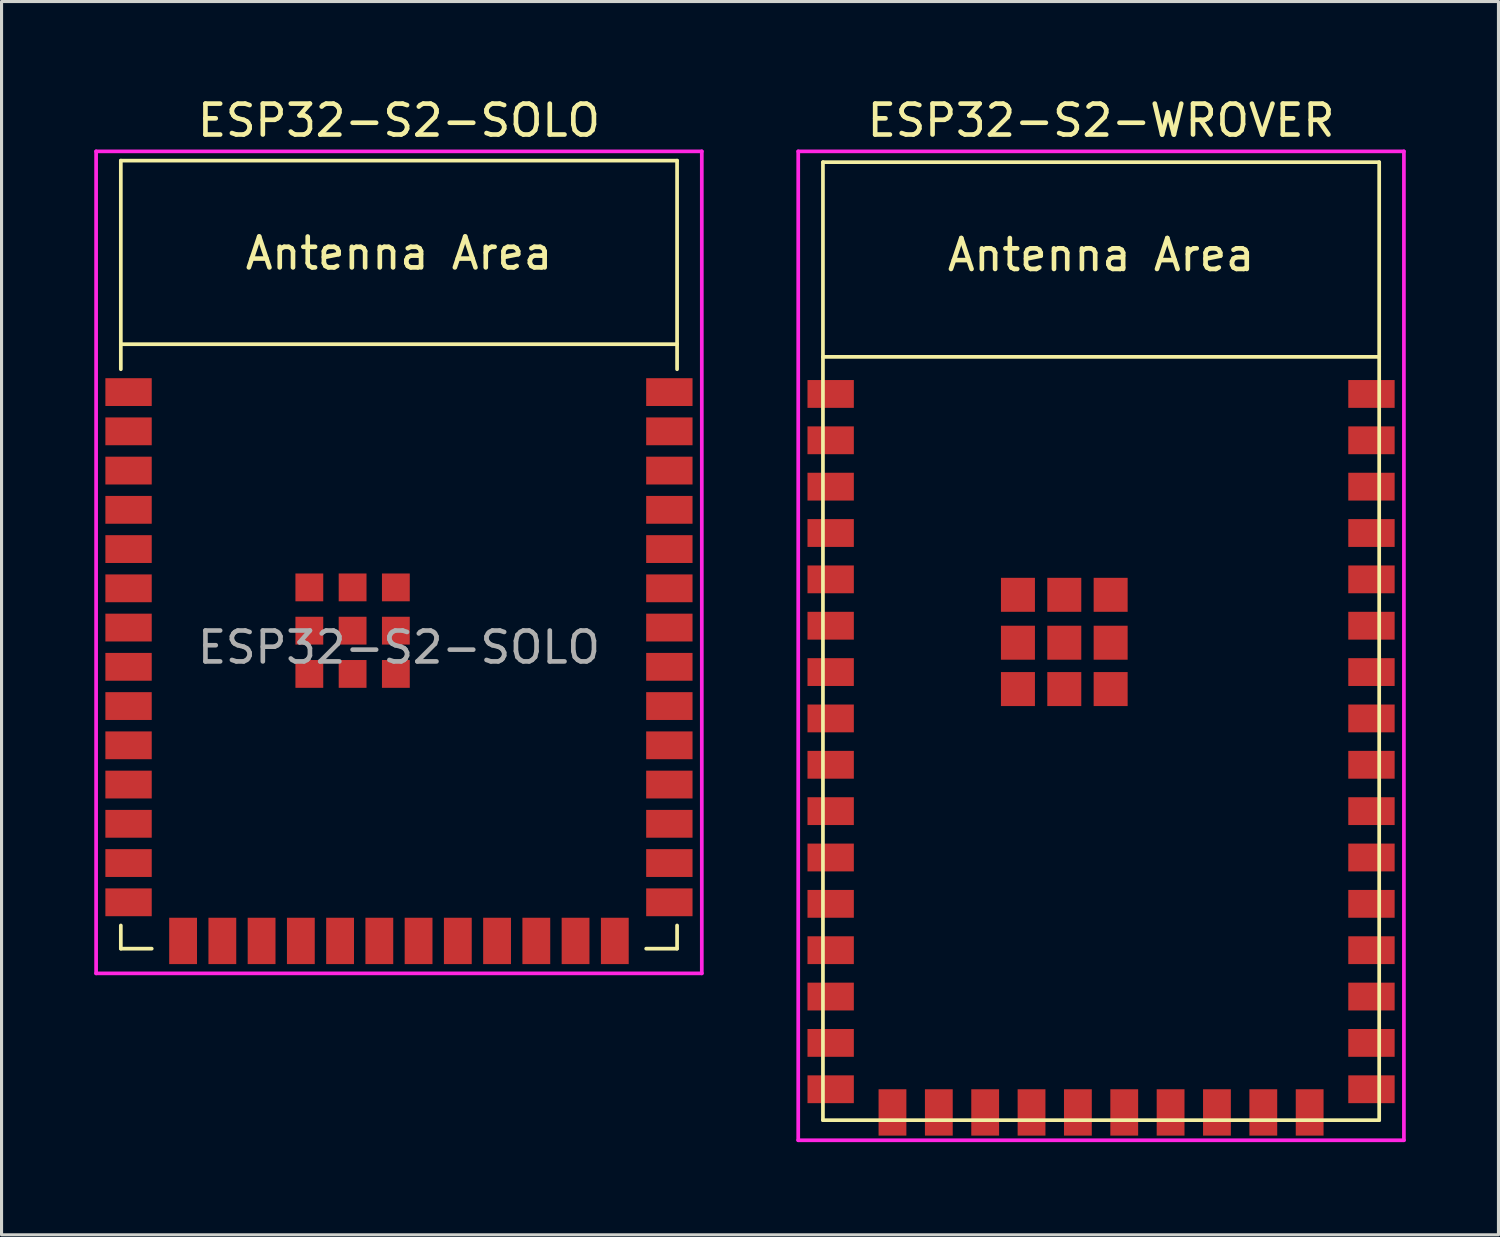
<source format=kicad_pcb>
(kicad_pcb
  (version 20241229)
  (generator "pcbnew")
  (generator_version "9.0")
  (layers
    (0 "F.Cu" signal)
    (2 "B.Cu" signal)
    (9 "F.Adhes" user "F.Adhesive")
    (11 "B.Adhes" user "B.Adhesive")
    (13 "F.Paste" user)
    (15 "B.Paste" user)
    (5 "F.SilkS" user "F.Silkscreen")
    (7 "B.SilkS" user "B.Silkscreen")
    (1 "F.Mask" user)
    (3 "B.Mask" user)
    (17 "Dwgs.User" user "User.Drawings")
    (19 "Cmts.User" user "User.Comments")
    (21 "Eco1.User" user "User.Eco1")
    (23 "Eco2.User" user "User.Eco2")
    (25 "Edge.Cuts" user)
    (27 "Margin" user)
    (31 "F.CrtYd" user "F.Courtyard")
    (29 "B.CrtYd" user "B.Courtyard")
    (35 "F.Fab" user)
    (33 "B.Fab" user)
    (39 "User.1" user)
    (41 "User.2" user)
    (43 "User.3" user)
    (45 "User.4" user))
  (footprint "ESP32-S2-SOLO"
    (layer "F.Cu")
    (at 9.86 17.898)
    (property "Reference" "ESP32-S2-SOLO" (at 0 -17.05 0) (layer "F.SilkS") (effects (font (size 1 1) (thickness 0.15))))
    (attr smd)
    (fp_line (start -9 -15.75) (end -9 -9) (stroke (width 0.12) (type solid)) (layer "F.SilkS"))
    (fp_line (start -9 -15.75) (end 9 -15.75) (stroke (width 0.12) (type solid)) (layer "F.SilkS"))
    (fp_line (start -9 9) (end -9 9.75) (stroke (width 0.12) (type solid)) (layer "F.SilkS"))
    (fp_line (start -9 9.75) (end -8 9.75) (stroke (width 0.12) (type solid)) (layer "F.SilkS"))
    (fp_line (start 9 -15.75) (end 9 -9) (stroke (width 0.12) (type solid)) (layer "F.SilkS"))
    (fp_line (start 9 -9.81) (end -9 -9.81) (stroke (width 0.12) (type solid)) (layer "F.SilkS"))
    (fp_line (start 9 9) (end 9 9.75) (stroke (width 0.12) (type solid)) (layer "F.SilkS"))
    (fp_line (start 9 9.75) (end 8 9.75) (stroke (width 0.12) (type solid)) (layer "F.SilkS"))
    (fp_line (start -9 -15.75) (end 9 -15.75) (stroke (width 0.12) (type solid)) (layer "Eco2.User"))
    (fp_line (start -9 -9.81) (end 9 -9.81) (stroke (width 0.12) (type solid)) (layer "Eco2.User"))
    (fp_line (start -9 9.75) (end -9 -15.75) (stroke (width 0.12) (type solid)) (layer "Eco2.User"))
    (fp_line (start 9 -15.75) (end 9 9.75) (stroke (width 0.12) (type solid)) (layer "Eco2.User"))
    (fp_line (start 9 9.75) (end -9 9.75) (stroke (width 0.12) (type solid)) (layer "Eco2.User"))
    (fp_line (start -9.8 -16.05) (end -9.8 10.55) (stroke (width 0.12) (type solid)) (layer "F.CrtYd"))
    (fp_line (start -9.8 10.55) (end 9.8 10.55) (stroke (width 0.12) (type solid)) (layer "F.CrtYd"))
    (fp_line (start 9.8 -16.05) (end -9.8 -16.05) (stroke (width 0.12) (type solid)) (layer "F.CrtYd"))
    (fp_line (start 9.8 -16.05) (end 9.8 10.55) (stroke (width 0.12) (type solid)) (layer "F.CrtYd"))
    (fp_text user "Antenna Area" (at 0 -12.75 0) (layer "F.SilkS") (effects (font (size 1 1) (thickness 0.15))))
    (fp_text user "Antenna Area" (at 0 -12.75 0) (layer "Eco2.User") (effects (font (size 1 1) (thickness 0.15))))
    (fp_text user "${REFERENCE}" (at 0 0 0) (layer "F.Fab") (effects (font (size 1 1) (thickness 0.15))))
    (pad "1" smd rect (at -8.75 -8.26) (size 1.5 0.9) (layers "F.Cu" "F.Mask" "F.Paste"))
    (pad "2" smd rect (at -8.75 -6.99) (size 1.5 0.9) (layers "F.Cu" "F.Mask" "F.Paste"))
    (pad "3" smd rect (at -8.75 -5.72) (size 1.5 0.9) (layers "F.Cu" "F.Mask" "F.Paste"))
    (pad "4" smd rect (at -8.75 -4.45) (size 1.5 0.9) (layers "F.Cu" "F.Mask" "F.Paste"))
    (pad "5" smd rect (at -8.75 -3.18) (size 1.5 0.9) (layers "F.Cu" "F.Mask" "F.Paste"))
    (pad "6" smd rect (at -8.75 -1.91) (size 1.5 0.9) (layers "F.Cu" "F.Mask" "F.Paste"))
    (pad "7" smd rect (at -8.75 -0.64) (size 1.5 0.9) (layers "F.Cu" "F.Mask" "F.Paste"))
    (pad "8" smd rect (at -8.75 0.63) (size 1.5 0.9) (layers "F.Cu" "F.Mask" "F.Paste"))
    (pad "9" smd rect (at -8.75 1.9) (size 1.5 0.9) (layers "F.Cu" "F.Mask" "F.Paste"))
    (pad "10" smd rect (at -8.75 3.17) (size 1.5 0.9) (layers "F.Cu" "F.Mask" "F.Paste"))
    (pad "11" smd rect (at -8.75 4.44) (size 1.5 0.9) (layers "F.Cu" "F.Mask" "F.Paste"))
    (pad "12" smd rect (at -8.75 5.71) (size 1.5 0.9) (layers "F.Cu" "F.Mask" "F.Paste"))
    (pad "13" smd rect (at -8.75 6.98) (size 1.5 0.9) (layers "F.Cu" "F.Mask" "F.Paste"))
    (pad "14" smd rect (at -8.75 8.25) (size 1.5 0.9) (layers "F.Cu" "F.Mask" "F.Paste"))
    (pad "15" smd rect (at -6.985 9.5 90) (size 1.5 0.9) (layers "F.Cu" "F.Mask" "F.Paste"))
    (pad "16" smd rect (at -5.715 9.5 90) (size 1.5 0.9) (layers "F.Cu" "F.Mask" "F.Paste"))
    (pad "17" smd rect (at -4.445 9.5 90) (size 1.5 0.9) (layers "F.Cu" "F.Mask" "F.Paste"))
    (pad "18" smd rect (at -3.175 9.5 90) (size 1.5 0.9) (layers "F.Cu" "F.Mask" "F.Paste"))
    (pad "19" smd rect (at -1.905 9.5 90) (size 1.5 0.9) (layers "F.Cu" "F.Mask" "F.Paste"))
    (pad "20" smd rect (at -0.635 9.5 90) (size 1.5 0.9) (layers "F.Cu" "F.Mask" "F.Paste"))
    (pad "21" smd rect (at 0.635 9.5 90) (size 1.5 0.9) (layers "F.Cu" "F.Mask" "F.Paste"))
    (pad "22" smd rect (at 1.905 9.5 90) (size 1.5 0.9) (layers "F.Cu" "F.Mask" "F.Paste"))
    (pad "23" smd rect (at 3.175 9.5 90) (size 1.5 0.9) (layers "F.Cu" "F.Mask" "F.Paste"))
    (pad "24" smd rect (at 4.445 9.5 90) (size 1.5 0.9) (layers "F.Cu" "F.Mask" "F.Paste"))
    (pad "25" smd rect (at 5.715 9.5 90) (size 1.5 0.9) (layers "F.Cu" "F.Mask" "F.Paste"))
    (pad "26" smd rect (at 6.985 9.5 90) (size 1.5 0.9) (layers "F.Cu" "F.Mask" "F.Paste"))
    (pad "27" smd rect (at 8.75 8.25 180) (size 1.5 0.9) (layers "F.Cu" "F.Mask" "F.Paste"))
    (pad "28" smd rect (at 8.75 6.98 180) (size 1.5 0.9) (layers "F.Cu" "F.Mask" "F.Paste"))
    (pad "29" smd rect (at 8.75 5.71 180) (size 1.5 0.9) (layers "F.Cu" "F.Mask" "F.Paste"))
    (pad "30" smd rect (at 8.75 4.44 180) (size 1.5 0.9) (layers "F.Cu" "F.Mask" "F.Paste"))
    (pad "31" smd rect (at 8.75 3.17 180) (size 1.5 0.9) (layers "F.Cu" "F.Mask" "F.Paste"))
    (pad "32" smd rect (at 8.75 1.9 180) (size 1.5 0.9) (layers "F.Cu" "F.Mask" "F.Paste"))
    (pad "33" smd rect (at 8.75 0.63 180) (size 1.5 0.9) (layers "F.Cu" "F.Mask" "F.Paste"))
    (pad "34" smd rect (at 8.75 -0.64 180) (size 1.5 0.9) (layers "F.Cu" "F.Mask" "F.Paste"))
    (pad "35" smd rect (at 8.75 -1.91 180) (size 1.5 0.9) (layers "F.Cu" "F.Mask" "F.Paste"))
    (pad "36" smd rect (at 8.75 -3.18 180) (size 1.5 0.9) (layers "F.Cu" "F.Mask" "F.Paste"))
    (pad "37" smd rect (at 8.75 -4.45 180) (size 1.5 0.9) (layers "F.Cu" "F.Mask" "F.Paste"))
    (pad "38" smd rect (at 8.75 -5.72 180) (size 1.5 0.9) (layers "F.Cu" "F.Mask" "F.Paste"))
    (pad "39" smd rect (at 8.75 -6.99 180) (size 1.5 0.9) (layers "F.Cu" "F.Mask" "F.Paste"))
    (pad "40" smd rect (at 8.75 -8.26 180) (size 1.5 0.9) (layers "F.Cu" "F.Mask" "F.Paste"))
    (pad "41" smd rect (at -2.9 -1.94 180) (size 0.9 0.9) (layers "F.Cu" "F.Mask" "F.Paste"))
    (pad "41" smd rect (at -2.9 -0.54 180) (size 0.9 0.9) (layers "F.Cu" "F.Mask" "F.Paste"))
    (pad "41" smd rect (at -2.9 0.86 180) (size 0.9 0.9) (layers "F.Cu" "F.Mask" "F.Paste"))
    (pad "41" smd rect (at -1.5 -1.94 180) (size 0.9 0.9) (layers "F.Cu" "F.Mask" "F.Paste"))
    (pad "41" smd rect (at -1.5 -0.54 180) (size 0.9 0.9) (layers "F.Cu" "F.Mask" "F.Paste"))
    (pad "41" smd rect (at -1.5 0.86 180) (size 0.9 0.9) (layers "F.Cu" "F.Mask" "F.Paste"))
    (pad "41" smd rect (at -0.1 -1.94 180) (size 0.9 0.9) (layers "F.Cu" "F.Mask" "F.Paste"))
    (pad "41" smd rect (at -0.1 -0.54 180) (size 0.9 0.9) (layers "F.Cu" "F.Mask" "F.Paste"))
    (pad "41" smd rect (at -0.1 0.86 180) (size 0.9 0.9) (layers "F.Cu" "F.Mask" "F.Paste"))
    (zone (net_name "") (layers "F.Cu" "B.Cu") (name "antenna keepout") (hatch edge 0.5) (connect_pads) (min_thickness 0.25) (filled_areas_thickness no) (keepout (tracks not_allowed) (vias not_allowed) (pads not_allowed) (copperpour not_allowed) (footprints not_allowed)) (placement (enabled no)) (fill) (polygon (pts (xy 0.86 8.098) (xy 0.86 2.148) (xy 18.86 2.148) (xy 18.86 8.098)))))
  (footprint "ESP32-S2-WROVER"
    (layer "F.Cu")
    (at 32.58 20.848)
    (property "Reference" "ESP32-S2-WROVER" (at 0 -20 0) (layer "F.SilkS") (effects (font (size 1 1) (thickness 0.15))))
    (attr smd)
    (fp_line (start -9 -18.65) (end 9 -18.65) (stroke (width 0.12) (type solid)) (layer "F.SilkS"))
    (fp_line (start -9 12.35) (end -9 -18.65) (stroke (width 0.12) (type solid)) (layer "F.SilkS"))
    (fp_line (start 9 -18.65) (end 9 12.35) (stroke (width 0.12) (type solid)) (layer "F.SilkS"))
    (fp_line (start 9 -12.35) (end -9 -12.35) (stroke (width 0.12) (type solid)) (layer "F.SilkS"))
    (fp_line (start 9 12.35) (end -9 12.35) (stroke (width 0.12) (type solid)) (layer "F.SilkS"))
    (fp_line (start -9 -18.65) (end 9 -18.65) (stroke (width 0.12) (type solid)) (layer "Eco2.User"))
    (fp_line (start -9 -12.35) (end 9 -12.35) (stroke (width 0.12) (type solid)) (layer "Eco2.User"))
    (fp_line (start -9 12.35) (end -9 -18.65) (stroke (width 0.12) (type solid)) (layer "Eco2.User"))
    (fp_line (start 9 -18.65) (end 9 12.35) (stroke (width 0.12) (type solid)) (layer "Eco2.User"))
    (fp_line (start 9 12.35) (end -9 12.35) (stroke (width 0.12) (type solid)) (layer "Eco2.User"))
    (fp_line (start -9.8 -19) (end -9.8 13) (stroke (width 0.12) (type solid)) (layer "F.CrtYd"))
    (fp_line (start -9.8 -19) (end 9.8 -19) (stroke (width 0.12) (type solid)) (layer "F.CrtYd"))
    (fp_line (start -9.8 13) (end 9.8 13) (stroke (width 0.12) (type solid)) (layer "F.CrtYd"))
    (fp_line (start 9.8 -19) (end 9.8 13) (stroke (width 0.12) (type solid)) (layer "F.CrtYd"))
    (fp_text user "Antenna Area" (at 0 -15.65 0) (layer "F.SilkS") (effects (font (size 1 1) (thickness 0.15))))
    (fp_text user "Antenna Area" (at 0 -15.65 0) (layer "Eco2.User") (effects (font (size 1 1) (thickness 0.15))))
    (pad "1" smd rect (at -8.75 -11.15) (size 1.5 0.9) (layers "F.Cu" "F.Mask" "F.Paste"))
    (pad "2" smd rect (at -8.75 -9.65) (size 1.5 0.9) (layers "F.Cu" "F.Mask" "F.Paste"))
    (pad "3" smd rect (at -8.75 -8.15) (size 1.5 0.9) (layers "F.Cu" "F.Mask" "F.Paste"))
    (pad "4" smd rect (at -8.75 -6.65) (size 1.5 0.9) (layers "F.Cu" "F.Mask" "F.Paste"))
    (pad "5" smd rect (at -8.75 -5.15) (size 1.5 0.9) (layers "F.Cu" "F.Mask" "F.Paste"))
    (pad "6" smd rect (at -8.75 -3.65) (size 1.5 0.9) (layers "F.Cu" "F.Mask" "F.Paste"))
    (pad "7" smd rect (at -8.75 -2.15) (size 1.5 0.9) (layers "F.Cu" "F.Mask" "F.Paste"))
    (pad "8" smd rect (at -8.75 -0.65) (size 1.5 0.9) (layers "F.Cu" "F.Mask" "F.Paste"))
    (pad "9" smd rect (at -8.75 0.85) (size 1.5 0.9) (layers "F.Cu" "F.Mask" "F.Paste"))
    (pad "10" smd rect (at -8.75 2.35) (size 1.5 0.9) (layers "F.Cu" "F.Mask" "F.Paste"))
    (pad "11" smd rect (at -8.75 3.85) (size 1.5 0.9) (layers "F.Cu" "F.Mask" "F.Paste"))
    (pad "12" smd rect (at -8.75 5.35) (size 1.5 0.9) (layers "F.Cu" "F.Mask" "F.Paste"))
    (pad "13" smd rect (at -8.75 6.85) (size 1.5 0.9) (layers "F.Cu" "F.Mask" "F.Paste"))
    (pad "14" smd rect (at -8.75 8.35) (size 1.5 0.9) (layers "F.Cu" "F.Mask" "F.Paste"))
    (pad "15" smd rect (at -8.75 9.85) (size 1.5 0.9) (layers "F.Cu" "F.Mask" "F.Paste"))
    (pad "16" smd rect (at -8.75 11.35) (size 1.5 0.9) (layers "F.Cu" "F.Mask" "F.Paste"))
    (pad "17" smd rect (at -6.75 12.1 90) (size 1.5 0.9) (layers "F.Cu" "F.Mask" "F.Paste"))
    (pad "18" smd rect (at -5.25 12.1 90) (size 1.5 0.9) (layers "F.Cu" "F.Mask" "F.Paste"))
    (pad "19" smd rect (at -3.75 12.1 90) (size 1.5 0.9) (layers "F.Cu" "F.Mask" "F.Paste"))
    (pad "20" smd rect (at -2.25 12.1 90) (size 1.5 0.9) (layers "F.Cu" "F.Mask" "F.Paste"))
    (pad "21" smd rect (at -0.75 12.1 90) (size 1.5 0.9) (layers "F.Cu" "F.Mask" "F.Paste"))
    (pad "22" smd rect (at 0.75 12.1 90) (size 1.5 0.9) (layers "F.Cu" "F.Mask" "F.Paste"))
    (pad "23" smd rect (at 2.25 12.1 90) (size 1.5 0.9) (layers "F.Cu" "F.Mask" "F.Paste"))
    (pad "24" smd rect (at 3.75 12.1 90) (size 1.5 0.9) (layers "F.Cu" "F.Mask" "F.Paste"))
    (pad "25" smd rect (at 5.25 12.1 90) (size 1.5 0.9) (layers "F.Cu" "F.Mask" "F.Paste"))
    (pad "26" smd rect (at 6.75 12.1 90) (size 1.5 0.9) (layers "F.Cu" "F.Mask" "F.Paste"))
    (pad "27" smd rect (at 8.75 11.35 180) (size 1.5 0.9) (layers "F.Cu" "F.Mask" "F.Paste"))
    (pad "28" smd rect (at 8.75 9.85 180) (size 1.5 0.9) (layers "F.Cu" "F.Mask" "F.Paste"))
    (pad "29" smd rect (at 8.75 8.35 180) (size 1.5 0.9) (layers "F.Cu" "F.Mask" "F.Paste"))
    (pad "30" smd rect (at 8.75 6.85 180) (size 1.5 0.9) (layers "F.Cu" "F.Mask" "F.Paste"))
    (pad "31" smd rect (at 8.75 5.35 180) (size 1.5 0.9) (layers "F.Cu" "F.Mask" "F.Paste"))
    (pad "32" smd rect (at 8.75 3.85 180) (size 1.5 0.9) (layers "F.Cu" "F.Mask" "F.Paste"))
    (pad "33" smd rect (at 8.75 2.35 180) (size 1.5 0.9) (layers "F.Cu" "F.Mask" "F.Paste"))
    (pad "34" smd rect (at 8.75 0.85 180) (size 1.5 0.9) (layers "F.Cu" "F.Mask" "F.Paste"))
    (pad "35" smd rect (at 8.75 -0.65 180) (size 1.5 0.9) (layers "F.Cu" "F.Mask" "F.Paste"))
    (pad "36" smd rect (at 8.75 -2.15 180) (size 1.5 0.9) (layers "F.Cu" "F.Mask" "F.Paste"))
    (pad "37" smd rect (at 8.75 -3.65 180) (size 1.5 0.9) (layers "F.Cu" "F.Mask" "F.Paste"))
    (pad "38" smd rect (at 8.75 -5.15 180) (size 1.5 0.9) (layers "F.Cu" "F.Mask" "F.Paste"))
    (pad "39" smd rect (at 8.75 -6.65 180) (size 1.5 0.9) (layers "F.Cu" "F.Mask" "F.Paste"))
    (pad "40" smd rect (at 8.75 -8.15 180) (size 1.5 0.9) (layers "F.Cu" "F.Mask" "F.Paste"))
    (pad "41" smd rect (at 8.75 -9.65 180) (size 1.5 0.9) (layers "F.Cu" "F.Mask" "F.Paste"))
    (pad "42" smd rect (at 8.75 -11.15 180) (size 1.5 0.9) (layers "F.Cu" "F.Mask" "F.Paste"))
    (pad "43" smd rect (at -2.69 -4.65 180) (size 1.1 1.1) (layers "F.Cu" "F.Mask" "F.Paste"))
    (pad "43" smd rect (at -2.69 -3.1 180) (size 1.1 1.1) (layers "F.Cu" "F.Mask" "F.Paste"))
    (pad "43" smd rect (at -2.69 -1.6 180) (size 1.1 1.1) (layers "F.Cu" "F.Mask" "F.Paste"))
    (pad "43" smd rect (at -1.19 -4.65 180) (size 1.1 1.1) (layers "F.Cu" "F.Mask" "F.Paste"))
    (pad "43" smd rect (at -1.19 -3.1 180) (size 1.1 1.1) (layers "F.Cu" "F.Mask" "F.Paste"))
    (pad "43" smd rect (at -1.19 -1.6 180) (size 1.1 1.1) (layers "F.Cu" "F.Mask" "F.Paste"))
    (pad "43" smd rect (at 0.31 -4.65 180) (size 1.1 1.1) (layers "F.Cu" "F.Mask" "F.Paste"))
    (pad "43" smd rect (at 0.31 -3.1 180) (size 1.1 1.1) (layers "F.Cu" "F.Mask" "F.Paste"))
    (pad "43" smd rect (at 0.31 -1.6 180) (size 1.1 1.1) (layers "F.Cu" "F.Mask" "F.Paste")))
  (gr_rect
    (start -3 -3)
    (end 45.44 36.908)
    (stroke (width 0.1) (type default))
    (fill no)
    (layer "Edge.Cuts")))
</source>
